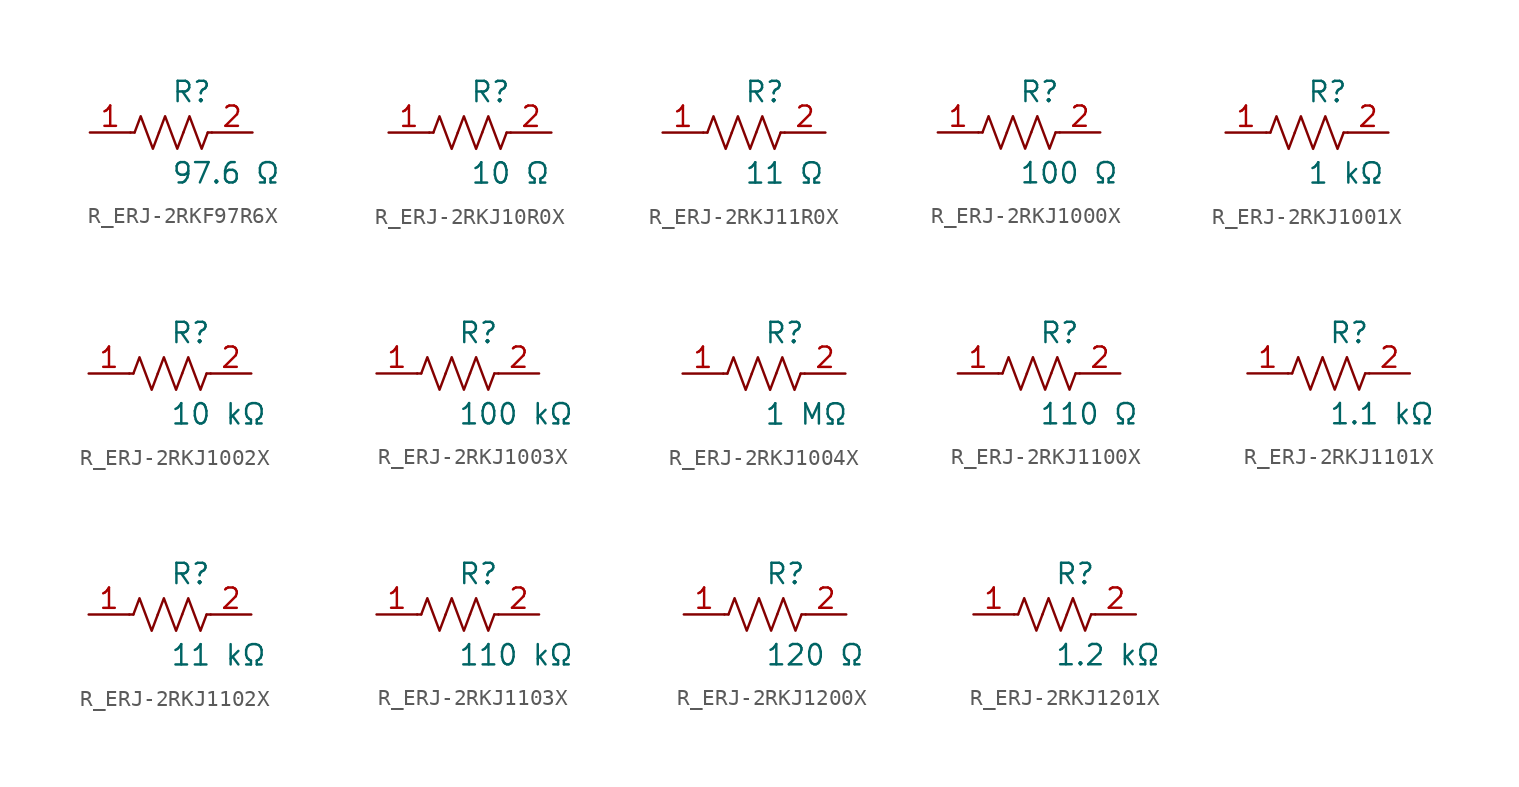
<source format=kicad_sym>
(kicad_symbol_lib
  (version 20231120)
  (generator kicad_symbol_editor)
  (generator_version 8.0)
  (symbol "R_ERJ-2RKF97R6X"
    (pin_names
      (offset 0.254))
    (property "Reference" "R"
      (at 0 2.54 0)
      (effects (font (size 1.27 1.27)) (justify left)))
    (property "Value" "97.6 Ω"
      (at 0 -2.54 0)
      (effects (font (size 1.27 1.27)) (justify left)))
    (symbol "R_ERJ-2RKF97R6X_0_1"
      (polyline (pts (xy 2.286 0) (xy 2.54 0)) (stroke (width 0) (type default)) (fill (type none)))
      (polyline (pts (xy -2.286 0) (xy -2.54 0)) (stroke (width 0) (type default)) (fill (type none)))
      (polyline (pts (xy 0.762 0) (xy 1.143 1.016) (xy 1.524 0) (xy 1.905 -1.016) (xy 2.286 0)) (stroke (width 0) (type default)) (fill (type none)))
      (polyline (pts (xy -0.762 0) (xy -0.381 1.016) (xy 0 0) (xy 0.381 -1.016) (xy 0.762 0)) (stroke (width 0) (type default)) (fill (type none)))
      (polyline (pts (xy -2.286 0) (xy -1.905 1.016) (xy -1.524 0) (xy -1.143 -1.016) (xy -0.762 0)) (stroke (width 0) (type default)) (fill (type none))))
    (pin unspecified line
      (at -5.08 0 0)
      (length 2.54)
      (name "" (effects (font (size 1.27 1.27))))
      (number "1" (effects (font (size 1.27 1.27)))))
    (pin unspecified line
      (at 5.08 0 180)
      (length 2.54)
      (name "" (effects (font (size 1.27 1.27))))
      (number "2" (effects (font (size 1.27 1.27))))))
  (symbol "R_ERJ-2RKJ10R0X"
    (pin_names
      (offset 0.254))
    (property "Reference" "R"
      (at 0 2.54 0)
      (effects (font (size 1.27 1.27)) (justify left)))
    (property "Value" "10 Ω"
      (at 0 -2.54 0)
      (effects (font (size 1.27 1.27)) (justify left)))
    (symbol "R_ERJ-2RKJ10R0X_0_1"
      (polyline (pts (xy 2.286 0) (xy 2.54 0)) (stroke (width 0) (type default)) (fill (type none)))
      (polyline (pts (xy -2.286 0) (xy -2.54 0)) (stroke (width 0) (type default)) (fill (type none)))
      (polyline (pts (xy 0.762 0) (xy 1.143 1.016) (xy 1.524 0) (xy 1.905 -1.016) (xy 2.286 0)) (stroke (width 0) (type default)) (fill (type none)))
      (polyline (pts (xy -0.762 0) (xy -0.381 1.016) (xy 0 0) (xy 0.381 -1.016) (xy 0.762 0)) (stroke (width 0) (type default)) (fill (type none)))
      (polyline (pts (xy -2.286 0) (xy -1.905 1.016) (xy -1.524 0) (xy -1.143 -1.016) (xy -0.762 0)) (stroke (width 0) (type default)) (fill (type none))))
    (pin unspecified line
      (at -5.08 0 0)
      (length 2.54)
      (name "" (effects (font (size 1.27 1.27))))
      (number "1" (effects (font (size 1.27 1.27)))))
    (pin unspecified line
      (at 5.08 0 180)
      (length 2.54)
      (name "" (effects (font (size 1.27 1.27))))
      (number "2" (effects (font (size 1.27 1.27))))))
  (symbol "R_ERJ-2RKJ11R0X"
    (pin_names
      (offset 0.254))
    (property "Reference" "R"
      (at 0 2.54 0)
      (effects (font (size 1.27 1.27)) (justify left)))
    (property "Value" "11 Ω"
      (at 0 -2.54 0)
      (effects (font (size 1.27 1.27)) (justify left)))
    (symbol "R_ERJ-2RKJ11R0X_0_1"
      (polyline (pts (xy 2.286 0) (xy 2.54 0)) (stroke (width 0) (type default)) (fill (type none)))
      (polyline (pts (xy -2.286 0) (xy -2.54 0)) (stroke (width 0) (type default)) (fill (type none)))
      (polyline (pts (xy 0.762 0) (xy 1.143 1.016) (xy 1.524 0) (xy 1.905 -1.016) (xy 2.286 0)) (stroke (width 0) (type default)) (fill (type none)))
      (polyline (pts (xy -0.762 0) (xy -0.381 1.016) (xy 0 0) (xy 0.381 -1.016) (xy 0.762 0)) (stroke (width 0) (type default)) (fill (type none)))
      (polyline (pts (xy -2.286 0) (xy -1.905 1.016) (xy -1.524 0) (xy -1.143 -1.016) (xy -0.762 0)) (stroke (width 0) (type default)) (fill (type none))))
    (pin unspecified line
      (at -5.08 0 0)
      (length 2.54)
      (name "" (effects (font (size 1.27 1.27))))
      (number "1" (effects (font (size 1.27 1.27)))))
    (pin unspecified line
      (at 5.08 0 180)
      (length 2.54)
      (name "" (effects (font (size 1.27 1.27))))
      (number "2" (effects (font (size 1.27 1.27))))))
  (symbol "R_ERJ-2RKJ1000X"
    (pin_names
      (offset 0.254))
    (property "Reference" "R"
      (at 0 2.54 0)
      (effects (font (size 1.27 1.27)) (justify left)))
    (property "Value" "100 Ω"
      (at 0 -2.54 0)
      (effects (font (size 1.27 1.27)) (justify left)))
    (symbol "R_ERJ-2RKJ1000X_0_1"
      (polyline (pts (xy 2.286 0) (xy 2.54 0)) (stroke (width 0) (type default)) (fill (type none)))
      (polyline (pts (xy -2.286 0) (xy -2.54 0)) (stroke (width 0) (type default)) (fill (type none)))
      (polyline (pts (xy 0.762 0) (xy 1.143 1.016) (xy 1.524 0) (xy 1.905 -1.016) (xy 2.286 0)) (stroke (width 0) (type default)) (fill (type none)))
      (polyline (pts (xy -0.762 0) (xy -0.381 1.016) (xy 0 0) (xy 0.381 -1.016) (xy 0.762 0)) (stroke (width 0) (type default)) (fill (type none)))
      (polyline (pts (xy -2.286 0) (xy -1.905 1.016) (xy -1.524 0) (xy -1.143 -1.016) (xy -0.762 0)) (stroke (width 0) (type default)) (fill (type none))))
    (pin unspecified line
      (at -5.08 0 0)
      (length 2.54)
      (name "" (effects (font (size 1.27 1.27))))
      (number "1" (effects (font (size 1.27 1.27)))))
    (pin unspecified line
      (at 5.08 0 180)
      (length 2.54)
      (name "" (effects (font (size 1.27 1.27))))
      (number "2" (effects (font (size 1.27 1.27))))))
  (symbol "R_ERJ-2RKJ1001X"
    (pin_names
      (offset 0.254))
    (property "Reference" "R"
      (at 0 2.54 0)
      (effects (font (size 1.27 1.27)) (justify left)))
    (property "Value" "1 kΩ"
      (at 0 -2.54 0)
      (effects (font (size 1.27 1.27)) (justify left)))
    (symbol "R_ERJ-2RKJ1001X_0_1"
      (polyline (pts (xy 2.286 0) (xy 2.54 0)) (stroke (width 0) (type default)) (fill (type none)))
      (polyline (pts (xy -2.286 0) (xy -2.54 0)) (stroke (width 0) (type default)) (fill (type none)))
      (polyline (pts (xy 0.762 0) (xy 1.143 1.016) (xy 1.524 0) (xy 1.905 -1.016) (xy 2.286 0)) (stroke (width 0) (type default)) (fill (type none)))
      (polyline (pts (xy -0.762 0) (xy -0.381 1.016) (xy 0 0) (xy 0.381 -1.016) (xy 0.762 0)) (stroke (width 0) (type default)) (fill (type none)))
      (polyline (pts (xy -2.286 0) (xy -1.905 1.016) (xy -1.524 0) (xy -1.143 -1.016) (xy -0.762 0)) (stroke (width 0) (type default)) (fill (type none))))
    (pin unspecified line
      (at -5.08 0 0)
      (length 2.54)
      (name "" (effects (font (size 1.27 1.27))))
      (number "1" (effects (font (size 1.27 1.27)))))
    (pin unspecified line
      (at 5.08 0 180)
      (length 2.54)
      (name "" (effects (font (size 1.27 1.27))))
      (number "2" (effects (font (size 1.27 1.27))))))
  (symbol "R_ERJ-2RKJ1002X"
    (pin_names
      (offset 0.254))
    (property "Reference" "R"
      (at 0 2.54 0)
      (effects (font (size 1.27 1.27)) (justify left)))
    (property "Value" "10 kΩ"
      (at 0 -2.54 0)
      (effects (font (size 1.27 1.27)) (justify left)))
    (symbol "R_ERJ-2RKJ1002X_0_1"
      (polyline (pts (xy 2.286 0) (xy 2.54 0)) (stroke (width 0) (type default)) (fill (type none)))
      (polyline (pts (xy -2.286 0) (xy -2.54 0)) (stroke (width 0) (type default)) (fill (type none)))
      (polyline (pts (xy 0.762 0) (xy 1.143 1.016) (xy 1.524 0) (xy 1.905 -1.016) (xy 2.286 0)) (stroke (width 0) (type default)) (fill (type none)))
      (polyline (pts (xy -0.762 0) (xy -0.381 1.016) (xy 0 0) (xy 0.381 -1.016) (xy 0.762 0)) (stroke (width 0) (type default)) (fill (type none)))
      (polyline (pts (xy -2.286 0) (xy -1.905 1.016) (xy -1.524 0) (xy -1.143 -1.016) (xy -0.762 0)) (stroke (width 0) (type default)) (fill (type none))))
    (pin unspecified line
      (at -5.08 0 0)
      (length 2.54)
      (name "" (effects (font (size 1.27 1.27))))
      (number "1" (effects (font (size 1.27 1.27)))))
    (pin unspecified line
      (at 5.08 0 180)
      (length 2.54)
      (name "" (effects (font (size 1.27 1.27))))
      (number "2" (effects (font (size 1.27 1.27))))))
  (symbol "R_ERJ-2RKJ1003X"
    (pin_names
      (offset 0.254))
    (property "Reference" "R"
      (at 0 2.54 0)
      (effects (font (size 1.27 1.27)) (justify left)))
    (property "Value" "100 kΩ"
      (at 0 -2.54 0)
      (effects (font (size 1.27 1.27)) (justify left)))
    (symbol "R_ERJ-2RKJ1003X_0_1"
      (polyline (pts (xy 2.286 0) (xy 2.54 0)) (stroke (width 0) (type default)) (fill (type none)))
      (polyline (pts (xy -2.286 0) (xy -2.54 0)) (stroke (width 0) (type default)) (fill (type none)))
      (polyline (pts (xy 0.762 0) (xy 1.143 1.016) (xy 1.524 0) (xy 1.905 -1.016) (xy 2.286 0)) (stroke (width 0) (type default)) (fill (type none)))
      (polyline (pts (xy -0.762 0) (xy -0.381 1.016) (xy 0 0) (xy 0.381 -1.016) (xy 0.762 0)) (stroke (width 0) (type default)) (fill (type none)))
      (polyline (pts (xy -2.286 0) (xy -1.905 1.016) (xy -1.524 0) (xy -1.143 -1.016) (xy -0.762 0)) (stroke (width 0) (type default)) (fill (type none))))
    (pin unspecified line
      (at -5.08 0 0)
      (length 2.54)
      (name "" (effects (font (size 1.27 1.27))))
      (number "1" (effects (font (size 1.27 1.27)))))
    (pin unspecified line
      (at 5.08 0 180)
      (length 2.54)
      (name "" (effects (font (size 1.27 1.27))))
      (number "2" (effects (font (size 1.27 1.27))))))
  (symbol "R_ERJ-2RKJ1004X"
    (pin_names
      (offset 0.254))
    (property "Reference" "R"
      (at 0 2.54 0)
      (effects (font (size 1.27 1.27)) (justify left)))
    (property "Value" "1 MΩ"
      (at 0 -2.54 0)
      (effects (font (size 1.27 1.27)) (justify left)))
    (symbol "R_ERJ-2RKJ1004X_0_1"
      (polyline (pts (xy 2.286 0) (xy 2.54 0)) (stroke (width 0) (type default)) (fill (type none)))
      (polyline (pts (xy -2.286 0) (xy -2.54 0)) (stroke (width 0) (type default)) (fill (type none)))
      (polyline (pts (xy 0.762 0) (xy 1.143 1.016) (xy 1.524 0) (xy 1.905 -1.016) (xy 2.286 0)) (stroke (width 0) (type default)) (fill (type none)))
      (polyline (pts (xy -0.762 0) (xy -0.381 1.016) (xy 0 0) (xy 0.381 -1.016) (xy 0.762 0)) (stroke (width 0) (type default)) (fill (type none)))
      (polyline (pts (xy -2.286 0) (xy -1.905 1.016) (xy -1.524 0) (xy -1.143 -1.016) (xy -0.762 0)) (stroke (width 0) (type default)) (fill (type none))))
    (pin unspecified line
      (at -5.08 0 0)
      (length 2.54)
      (name "" (effects (font (size 1.27 1.27))))
      (number "1" (effects (font (size 1.27 1.27)))))
    (pin unspecified line
      (at 5.08 0 180)
      (length 2.54)
      (name "" (effects (font (size 1.27 1.27))))
      (number "2" (effects (font (size 1.27 1.27))))))
  (symbol "R_ERJ-2RKJ1100X"
    (pin_names
      (offset 0.254))
    (property "Reference" "R"
      (at 0 2.54 0)
      (effects (font (size 1.27 1.27)) (justify left)))
    (property "Value" "110 Ω"
      (at 0 -2.54 0)
      (effects (font (size 1.27 1.27)) (justify left)))
    (symbol "R_ERJ-2RKJ1100X_0_1"
      (polyline (pts (xy 2.286 0) (xy 2.54 0)) (stroke (width 0) (type default)) (fill (type none)))
      (polyline (pts (xy -2.286 0) (xy -2.54 0)) (stroke (width 0) (type default)) (fill (type none)))
      (polyline (pts (xy 0.762 0) (xy 1.143 1.016) (xy 1.524 0) (xy 1.905 -1.016) (xy 2.286 0)) (stroke (width 0) (type default)) (fill (type none)))
      (polyline (pts (xy -0.762 0) (xy -0.381 1.016) (xy 0 0) (xy 0.381 -1.016) (xy 0.762 0)) (stroke (width 0) (type default)) (fill (type none)))
      (polyline (pts (xy -2.286 0) (xy -1.905 1.016) (xy -1.524 0) (xy -1.143 -1.016) (xy -0.762 0)) (stroke (width 0) (type default)) (fill (type none))))
    (pin unspecified line
      (at -5.08 0 0)
      (length 2.54)
      (name "" (effects (font (size 1.27 1.27))))
      (number "1" (effects (font (size 1.27 1.27)))))
    (pin unspecified line
      (at 5.08 0 180)
      (length 2.54)
      (name "" (effects (font (size 1.27 1.27))))
      (number "2" (effects (font (size 1.27 1.27))))))
  (symbol "R_ERJ-2RKJ1101X"
    (pin_names
      (offset 0.254))
    (property "Reference" "R"
      (at 0 2.54 0)
      (effects (font (size 1.27 1.27)) (justify left)))
    (property "Value" "1.1 kΩ"
      (at 0 -2.54 0)
      (effects (font (size 1.27 1.27)) (justify left)))
    (symbol "R_ERJ-2RKJ1101X_0_1"
      (polyline (pts (xy 2.286 0) (xy 2.54 0)) (stroke (width 0) (type default)) (fill (type none)))
      (polyline (pts (xy -2.286 0) (xy -2.54 0)) (stroke (width 0) (type default)) (fill (type none)))
      (polyline (pts (xy 0.762 0) (xy 1.143 1.016) (xy 1.524 0) (xy 1.905 -1.016) (xy 2.286 0)) (stroke (width 0) (type default)) (fill (type none)))
      (polyline (pts (xy -0.762 0) (xy -0.381 1.016) (xy 0 0) (xy 0.381 -1.016) (xy 0.762 0)) (stroke (width 0) (type default)) (fill (type none)))
      (polyline (pts (xy -2.286 0) (xy -1.905 1.016) (xy -1.524 0) (xy -1.143 -1.016) (xy -0.762 0)) (stroke (width 0) (type default)) (fill (type none))))
    (pin unspecified line
      (at -5.08 0 0)
      (length 2.54)
      (name "" (effects (font (size 1.27 1.27))))
      (number "1" (effects (font (size 1.27 1.27)))))
    (pin unspecified line
      (at 5.08 0 180)
      (length 2.54)
      (name "" (effects (font (size 1.27 1.27))))
      (number "2" (effects (font (size 1.27 1.27))))))
  (symbol "R_ERJ-2RKJ1102X"
    (pin_names
      (offset 0.254))
    (property "Reference" "R"
      (at 0 2.54 0)
      (effects (font (size 1.27 1.27)) (justify left)))
    (property "Value" "11 kΩ"
      (at 0 -2.54 0)
      (effects (font (size 1.27 1.27)) (justify left)))
    (symbol "R_ERJ-2RKJ1102X_0_1"
      (polyline (pts (xy 2.286 0) (xy 2.54 0)) (stroke (width 0) (type default)) (fill (type none)))
      (polyline (pts (xy -2.286 0) (xy -2.54 0)) (stroke (width 0) (type default)) (fill (type none)))
      (polyline (pts (xy 0.762 0) (xy 1.143 1.016) (xy 1.524 0) (xy 1.905 -1.016) (xy 2.286 0)) (stroke (width 0) (type default)) (fill (type none)))
      (polyline (pts (xy -0.762 0) (xy -0.381 1.016) (xy 0 0) (xy 0.381 -1.016) (xy 0.762 0)) (stroke (width 0) (type default)) (fill (type none)))
      (polyline (pts (xy -2.286 0) (xy -1.905 1.016) (xy -1.524 0) (xy -1.143 -1.016) (xy -0.762 0)) (stroke (width 0) (type default)) (fill (type none))))
    (pin unspecified line
      (at -5.08 0 0)
      (length 2.54)
      (name "" (effects (font (size 1.27 1.27))))
      (number "1" (effects (font (size 1.27 1.27)))))
    (pin unspecified line
      (at 5.08 0 180)
      (length 2.54)
      (name "" (effects (font (size 1.27 1.27))))
      (number "2" (effects (font (size 1.27 1.27))))))
  (symbol "R_ERJ-2RKJ1103X"
    (pin_names
      (offset 0.254))
    (property "Reference" "R"
      (at 0 2.54 0)
      (effects (font (size 1.27 1.27)) (justify left)))
    (property "Value" "110 kΩ"
      (at 0 -2.54 0)
      (effects (font (size 1.27 1.27)) (justify left)))
    (symbol "R_ERJ-2RKJ1103X_0_1"
      (polyline (pts (xy 2.286 0) (xy 2.54 0)) (stroke (width 0) (type default)) (fill (type none)))
      (polyline (pts (xy -2.286 0) (xy -2.54 0)) (stroke (width 0) (type default)) (fill (type none)))
      (polyline (pts (xy 0.762 0) (xy 1.143 1.016) (xy 1.524 0) (xy 1.905 -1.016) (xy 2.286 0)) (stroke (width 0) (type default)) (fill (type none)))
      (polyline (pts (xy -0.762 0) (xy -0.381 1.016) (xy 0 0) (xy 0.381 -1.016) (xy 0.762 0)) (stroke (width 0) (type default)) (fill (type none)))
      (polyline (pts (xy -2.286 0) (xy -1.905 1.016) (xy -1.524 0) (xy -1.143 -1.016) (xy -0.762 0)) (stroke (width 0) (type default)) (fill (type none))))
    (pin unspecified line
      (at -5.08 0 0)
      (length 2.54)
      (name "" (effects (font (size 1.27 1.27))))
      (number "1" (effects (font (size 1.27 1.27)))))
    (pin unspecified line
      (at 5.08 0 180)
      (length 2.54)
      (name "" (effects (font (size 1.27 1.27))))
      (number "2" (effects (font (size 1.27 1.27))))))
  (symbol "R_ERJ-2RKJ1200X"
    (pin_names
      (offset 0.254))
    (property "Reference" "R"
      (at 0 2.54 0)
      (effects (font (size 1.27 1.27)) (justify left)))
    (property "Value" "120 Ω"
      (at 0 -2.54 0)
      (effects (font (size 1.27 1.27)) (justify left)))
    (symbol "R_ERJ-2RKJ1200X_0_1"
      (polyline (pts (xy 2.286 0) (xy 2.54 0)) (stroke (width 0) (type default)) (fill (type none)))
      (polyline (pts (xy -2.286 0) (xy -2.54 0)) (stroke (width 0) (type default)) (fill (type none)))
      (polyline (pts (xy 0.762 0) (xy 1.143 1.016) (xy 1.524 0) (xy 1.905 -1.016) (xy 2.286 0)) (stroke (width 0) (type default)) (fill (type none)))
      (polyline (pts (xy -0.762 0) (xy -0.381 1.016) (xy 0 0) (xy 0.381 -1.016) (xy 0.762 0)) (stroke (width 0) (type default)) (fill (type none)))
      (polyline (pts (xy -2.286 0) (xy -1.905 1.016) (xy -1.524 0) (xy -1.143 -1.016) (xy -0.762 0)) (stroke (width 0) (type default)) (fill (type none))))
    (pin unspecified line
      (at -5.08 0 0)
      (length 2.54)
      (name "" (effects (font (size 1.27 1.27))))
      (number "1" (effects (font (size 1.27 1.27)))))
    (pin unspecified line
      (at 5.08 0 180)
      (length 2.54)
      (name "" (effects (font (size 1.27 1.27))))
      (number "2" (effects (font (size 1.27 1.27))))))
  (symbol "R_ERJ-2RKJ1201X"
    (pin_names
      (offset 0.254))
    (property "Reference" "R"
      (at 0 2.54 0)
      (effects (font (size 1.27 1.27)) (justify left)))
    (property "Value" "1.2 kΩ"
      (at 0 -2.54 0)
      (effects (font (size 1.27 1.27)) (justify left)))
    (symbol "R_ERJ-2RKJ1201X_0_1"
      (polyline (pts (xy 2.286 0) (xy 2.54 0)) (stroke (width 0) (type default)) (fill (type none)))
      (polyline (pts (xy -2.286 0) (xy -2.54 0)) (stroke (width 0) (type default)) (fill (type none)))
      (polyline (pts (xy 0.762 0) (xy 1.143 1.016) (xy 1.524 0) (xy 1.905 -1.016) (xy 2.286 0)) (stroke (width 0) (type default)) (fill (type none)))
      (polyline (pts (xy -0.762 0) (xy -0.381 1.016) (xy 0 0) (xy 0.381 -1.016) (xy 0.762 0)) (stroke (width 0) (type default)) (fill (type none)))
      (polyline (pts (xy -2.286 0) (xy -1.905 1.016) (xy -1.524 0) (xy -1.143 -1.016) (xy -0.762 0)) (stroke (width 0) (type default)) (fill (type none))))
    (pin unspecified line
      (at -5.08 0 0)
      (length 2.54)
      (name "" (effects (font (size 1.27 1.27))))
      (number "1" (effects (font (size 1.27 1.27)))))
    (pin unspecified line
      (at 5.08 0 180)
      (length 2.54)
      (name "" (effects (font (size 1.27 1.27))))
      (number "2" (effects (font (size 1.27 1.27)))))))
</source>
